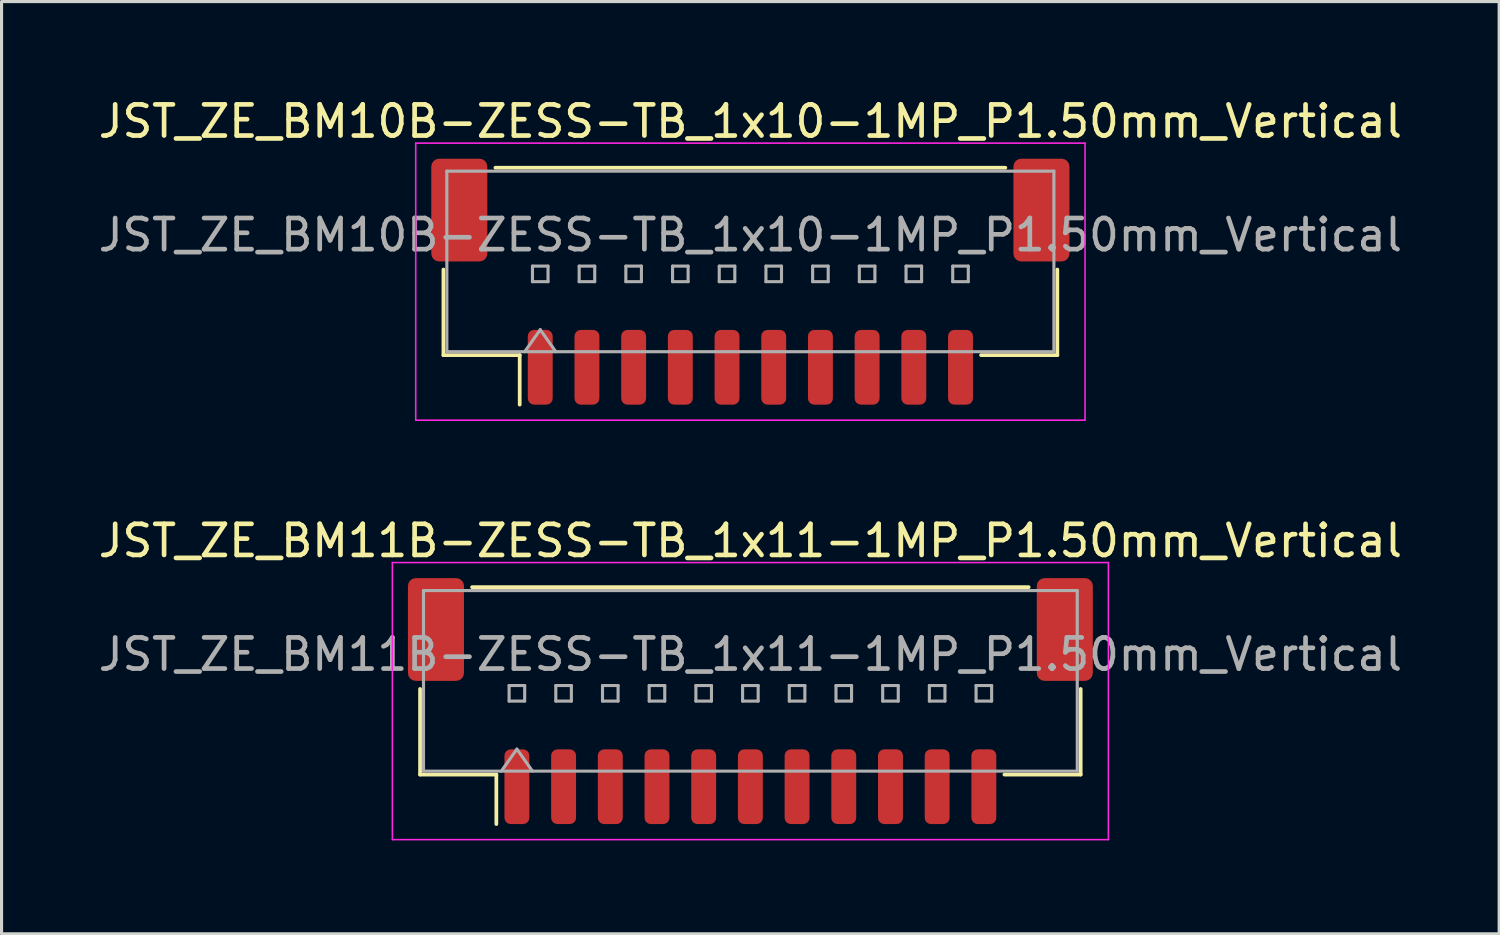
<source format=kicad_pcb>
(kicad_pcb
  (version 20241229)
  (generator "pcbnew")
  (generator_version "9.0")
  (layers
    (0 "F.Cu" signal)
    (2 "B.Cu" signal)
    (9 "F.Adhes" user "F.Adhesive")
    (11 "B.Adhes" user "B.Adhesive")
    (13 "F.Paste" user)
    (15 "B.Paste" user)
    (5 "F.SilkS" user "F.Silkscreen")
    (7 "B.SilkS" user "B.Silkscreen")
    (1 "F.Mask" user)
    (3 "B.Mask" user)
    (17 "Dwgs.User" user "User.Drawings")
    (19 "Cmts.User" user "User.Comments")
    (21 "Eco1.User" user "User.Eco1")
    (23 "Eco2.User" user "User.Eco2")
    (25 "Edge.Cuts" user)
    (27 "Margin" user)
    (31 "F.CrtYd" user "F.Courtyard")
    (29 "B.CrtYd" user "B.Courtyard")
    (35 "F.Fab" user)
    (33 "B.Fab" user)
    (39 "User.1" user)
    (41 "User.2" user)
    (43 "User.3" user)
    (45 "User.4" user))
  (footprint "JST_ZE_BM11B-ZESS-TB_1x11-1MP_P1.50mm_Vertical"
    (layer "F.Cu")
    (at 21.054 19.471)
    (property "Reference" "JST_ZE_BM11B-ZESS-TB_1x11-1MP_P1.50mm_Vertical" (at 0 -5.15 0) (layer "F.SilkS") (effects (font (size 1 1) (thickness 0.15))))
    (attr smd)
    (fp_line (start -10.61 -0.39) (end -10.61 2.36) (stroke (width 0.12) (type solid)) (layer "F.SilkS"))
    (fp_line (start -10.61 2.36) (end -8.16 2.36) (stroke (width 0.12) (type solid)) (layer "F.SilkS"))
    (fp_line (start -8.94 -3.66) (end 8.94 -3.66) (stroke (width 0.12) (type solid)) (layer "F.SilkS"))
    (fp_line (start -8.16 2.36) (end -8.16 3.95) (stroke (width 0.12) (type solid)) (layer "F.SilkS"))
    (fp_line (start 10.61 -0.39) (end 10.61 2.36) (stroke (width 0.12) (type solid)) (layer "F.SilkS"))
    (fp_line (start 10.61 2.36) (end 8.16 2.36) (stroke (width 0.12) (type solid)) (layer "F.SilkS"))
    (fp_line (start -11.5 -4.45) (end -11.5 4.45) (stroke (width 0.05) (type solid)) (layer "F.CrtYd"))
    (fp_line (start -11.5 4.45) (end 11.5 4.45) (stroke (width 0.05) (type solid)) (layer "F.CrtYd"))
    (fp_line (start 11.5 -4.45) (end -11.5 -4.45) (stroke (width 0.05) (type solid)) (layer "F.CrtYd"))
    (fp_line (start 11.5 4.45) (end 11.5 -4.45) (stroke (width 0.05) (type solid)) (layer "F.CrtYd"))
    (fp_line (start -10.5 -3.55) (end 10.5 -3.55) (stroke (width 0.1) (type solid)) (layer "F.Fab"))
    (fp_line (start -10.5 2.25) (end -10.5 -3.55) (stroke (width 0.1) (type solid)) (layer "F.Fab"))
    (fp_line (start -10.5 2.25) (end 10.5 2.25) (stroke (width 0.1) (type solid)) (layer "F.Fab"))
    (fp_line (start -8 2.25) (end -7.5 1.543) (stroke (width 0.1) (type solid)) (layer "F.Fab"))
    (fp_line (start -7.75 -0.5) (end -7.75 0) (stroke (width 0.1) (type solid)) (layer "F.Fab"))
    (fp_line (start -7.75 0) (end -7.25 0) (stroke (width 0.1) (type solid)) (layer "F.Fab"))
    (fp_line (start -7.5 1.543) (end -7 2.25) (stroke (width 0.1) (type solid)) (layer "F.Fab"))
    (fp_line (start -7.25 -0.5) (end -7.75 -0.5) (stroke (width 0.1) (type solid)) (layer "F.Fab"))
    (fp_line (start -7.25 0) (end -7.25 -0.5) (stroke (width 0.1) (type solid)) (layer "F.Fab"))
    (fp_line (start -6.25 -0.5) (end -6.25 0) (stroke (width 0.1) (type solid)) (layer "F.Fab"))
    (fp_line (start -6.25 0) (end -5.75 0) (stroke (width 0.1) (type solid)) (layer "F.Fab"))
    (fp_line (start -5.75 -0.5) (end -6.25 -0.5) (stroke (width 0.1) (type solid)) (layer "F.Fab"))
    (fp_line (start -5.75 0) (end -5.75 -0.5) (stroke (width 0.1) (type solid)) (layer "F.Fab"))
    (fp_line (start -4.75 -0.5) (end -4.75 0) (stroke (width 0.1) (type solid)) (layer "F.Fab"))
    (fp_line (start -4.75 0) (end -4.25 0) (stroke (width 0.1) (type solid)) (layer "F.Fab"))
    (fp_line (start -4.25 -0.5) (end -4.75 -0.5) (stroke (width 0.1) (type solid)) (layer "F.Fab"))
    (fp_line (start -4.25 0) (end -4.25 -0.5) (stroke (width 0.1) (type solid)) (layer "F.Fab"))
    (fp_line (start -3.25 -0.5) (end -3.25 0) (stroke (width 0.1) (type solid)) (layer "F.Fab"))
    (fp_line (start -3.25 0) (end -2.75 0) (stroke (width 0.1) (type solid)) (layer "F.Fab"))
    (fp_line (start -2.75 -0.5) (end -3.25 -0.5) (stroke (width 0.1) (type solid)) (layer "F.Fab"))
    (fp_line (start -2.75 0) (end -2.75 -0.5) (stroke (width 0.1) (type solid)) (layer "F.Fab"))
    (fp_line (start -1.75 -0.5) (end -1.75 0) (stroke (width 0.1) (type solid)) (layer "F.Fab"))
    (fp_line (start -1.75 0) (end -1.25 0) (stroke (width 0.1) (type solid)) (layer "F.Fab"))
    (fp_line (start -1.25 -0.5) (end -1.75 -0.5) (stroke (width 0.1) (type solid)) (layer "F.Fab"))
    (fp_line (start -1.25 0) (end -1.25 -0.5) (stroke (width 0.1) (type solid)) (layer "F.Fab"))
    (fp_line (start -0.25 -0.5) (end -0.25 0) (stroke (width 0.1) (type solid)) (layer "F.Fab"))
    (fp_line (start -0.25 0) (end 0.25 0) (stroke (width 0.1) (type solid)) (layer "F.Fab"))
    (fp_line (start 0.25 -0.5) (end -0.25 -0.5) (stroke (width 0.1) (type solid)) (layer "F.Fab"))
    (fp_line (start 0.25 0) (end 0.25 -0.5) (stroke (width 0.1) (type solid)) (layer "F.Fab"))
    (fp_line (start 1.25 -0.5) (end 1.25 0) (stroke (width 0.1) (type solid)) (layer "F.Fab"))
    (fp_line (start 1.25 0) (end 1.75 0) (stroke (width 0.1) (type solid)) (layer "F.Fab"))
    (fp_line (start 1.75 -0.5) (end 1.25 -0.5) (stroke (width 0.1) (type solid)) (layer "F.Fab"))
    (fp_line (start 1.75 0) (end 1.75 -0.5) (stroke (width 0.1) (type solid)) (layer "F.Fab"))
    (fp_line (start 2.75 -0.5) (end 2.75 0) (stroke (width 0.1) (type solid)) (layer "F.Fab"))
    (fp_line (start 2.75 0) (end 3.25 0) (stroke (width 0.1) (type solid)) (layer "F.Fab"))
    (fp_line (start 3.25 -0.5) (end 2.75 -0.5) (stroke (width 0.1) (type solid)) (layer "F.Fab"))
    (fp_line (start 3.25 0) (end 3.25 -0.5) (stroke (width 0.1) (type solid)) (layer "F.Fab"))
    (fp_line (start 4.25 -0.5) (end 4.25 0) (stroke (width 0.1) (type solid)) (layer "F.Fab"))
    (fp_line (start 4.25 0) (end 4.75 0) (stroke (width 0.1) (type solid)) (layer "F.Fab"))
    (fp_line (start 4.75 -0.5) (end 4.25 -0.5) (stroke (width 0.1) (type solid)) (layer "F.Fab"))
    (fp_line (start 4.75 0) (end 4.75 -0.5) (stroke (width 0.1) (type solid)) (layer "F.Fab"))
    (fp_line (start 5.75 -0.5) (end 5.75 0) (stroke (width 0.1) (type solid)) (layer "F.Fab"))
    (fp_line (start 5.75 0) (end 6.25 0) (stroke (width 0.1) (type solid)) (layer "F.Fab"))
    (fp_line (start 6.25 -0.5) (end 5.75 -0.5) (stroke (width 0.1) (type solid)) (layer "F.Fab"))
    (fp_line (start 6.25 0) (end 6.25 -0.5) (stroke (width 0.1) (type solid)) (layer "F.Fab"))
    (fp_line (start 7.25 -0.5) (end 7.25 0) (stroke (width 0.1) (type solid)) (layer "F.Fab"))
    (fp_line (start 7.25 0) (end 7.75 0) (stroke (width 0.1) (type solid)) (layer "F.Fab"))
    (fp_line (start 7.75 -0.5) (end 7.25 -0.5) (stroke (width 0.1) (type solid)) (layer "F.Fab"))
    (fp_line (start 7.75 0) (end 7.75 -0.5) (stroke (width 0.1) (type solid)) (layer "F.Fab"))
    (fp_line (start 10.5 2.25) (end 10.5 -3.55) (stroke (width 0.1) (type solid)) (layer "F.Fab"))
    (fp_text user "${REFERENCE}" (at 0 -1.5 0) (layer "F.Fab") (effects (font (size 1 1) (thickness 0.15))))
    (pad "1" smd roundrect (at -7.5 2.75) (size 0.8 2.4) (layers "F.Cu" "F.Mask" "F.Paste") (roundrect_rratio 0.25))
    (pad "2" smd roundrect (at -6 2.75) (size 0.8 2.4) (layers "F.Cu" "F.Mask" "F.Paste") (roundrect_rratio 0.25))
    (pad "3" smd roundrect (at -4.5 2.75) (size 0.8 2.4) (layers "F.Cu" "F.Mask" "F.Paste") (roundrect_rratio 0.25))
    (pad "4" smd roundrect (at -3 2.75) (size 0.8 2.4) (layers "F.Cu" "F.Mask" "F.Paste") (roundrect_rratio 0.25))
    (pad "5" smd roundrect (at -1.5 2.75) (size 0.8 2.4) (layers "F.Cu" "F.Mask" "F.Paste") (roundrect_rratio 0.25))
    (pad "6" smd roundrect (at 0 2.75) (size 0.8 2.4) (layers "F.Cu" "F.Mask" "F.Paste") (roundrect_rratio 0.25))
    (pad "7" smd roundrect (at 1.5 2.75) (size 0.8 2.4) (layers "F.Cu" "F.Mask" "F.Paste") (roundrect_rratio 0.25))
    (pad "8" smd roundrect (at 3 2.75) (size 0.8 2.4) (layers "F.Cu" "F.Mask" "F.Paste") (roundrect_rratio 0.25))
    (pad "9" smd roundrect (at 4.5 2.75) (size 0.8 2.4) (layers "F.Cu" "F.Mask" "F.Paste") (roundrect_rratio 0.25))
    (pad "10" smd roundrect (at 6 2.75) (size 0.8 2.4) (layers "F.Cu" "F.Mask" "F.Paste") (roundrect_rratio 0.25))
    (pad "11" smd roundrect (at 7.5 2.75) (size 0.8 2.4) (layers "F.Cu" "F.Mask" "F.Paste") (roundrect_rratio 0.25))
    (pad "MP" smd roundrect (at -10.1 -2.3) (size 1.8 3.3) (layers "F.Cu" "F.Mask" "F.Paste") (roundrect_rratio 0.139))
    (pad "MP" smd roundrect (at 10.1 -2.3) (size 1.8 3.3) (layers "F.Cu" "F.Mask" "F.Paste") (roundrect_rratio 0.139)))
  (footprint "JST_ZE_BM10B-ZESS-TB_1x10-1MP_P1.50mm_Vertical"
    (layer "F.Cu")
    (at 21.054 5.998)
    (property "Reference" "JST_ZE_BM10B-ZESS-TB_1x10-1MP_P1.50mm_Vertical" (at 0 -5.15 0) (layer "F.SilkS") (effects (font (size 1 1) (thickness 0.15))))
    (attr smd)
    (fp_line (start -9.86 -0.39) (end -9.86 2.36) (stroke (width 0.12) (type solid)) (layer "F.SilkS"))
    (fp_line (start -9.86 2.36) (end -7.41 2.36) (stroke (width 0.12) (type solid)) (layer "F.SilkS"))
    (fp_line (start -8.19 -3.66) (end 8.19 -3.66) (stroke (width 0.12) (type solid)) (layer "F.SilkS"))
    (fp_line (start -7.41 2.36) (end -7.41 3.95) (stroke (width 0.12) (type solid)) (layer "F.SilkS"))
    (fp_line (start 9.86 -0.39) (end 9.86 2.36) (stroke (width 0.12) (type solid)) (layer "F.SilkS"))
    (fp_line (start 9.86 2.36) (end 7.41 2.36) (stroke (width 0.12) (type solid)) (layer "F.SilkS"))
    (fp_line (start -10.75 -4.45) (end -10.75 4.45) (stroke (width 0.05) (type solid)) (layer "F.CrtYd"))
    (fp_line (start -10.75 4.45) (end 10.75 4.45) (stroke (width 0.05) (type solid)) (layer "F.CrtYd"))
    (fp_line (start 10.75 -4.45) (end -10.75 -4.45) (stroke (width 0.05) (type solid)) (layer "F.CrtYd"))
    (fp_line (start 10.75 4.45) (end 10.75 -4.45) (stroke (width 0.05) (type solid)) (layer "F.CrtYd"))
    (fp_line (start -9.75 -3.55) (end 9.75 -3.55) (stroke (width 0.1) (type solid)) (layer "F.Fab"))
    (fp_line (start -9.75 2.25) (end -9.75 -3.55) (stroke (width 0.1) (type solid)) (layer "F.Fab"))
    (fp_line (start -9.75 2.25) (end 9.75 2.25) (stroke (width 0.1) (type solid)) (layer "F.Fab"))
    (fp_line (start -7.25 2.25) (end -6.75 1.543) (stroke (width 0.1) (type solid)) (layer "F.Fab"))
    (fp_line (start -7 -0.5) (end -7 0) (stroke (width 0.1) (type solid)) (layer "F.Fab"))
    (fp_line (start -7 0) (end -6.5 0) (stroke (width 0.1) (type solid)) (layer "F.Fab"))
    (fp_line (start -6.75 1.543) (end -6.25 2.25) (stroke (width 0.1) (type solid)) (layer "F.Fab"))
    (fp_line (start -6.5 -0.5) (end -7 -0.5) (stroke (width 0.1) (type solid)) (layer "F.Fab"))
    (fp_line (start -6.5 0) (end -6.5 -0.5) (stroke (width 0.1) (type solid)) (layer "F.Fab"))
    (fp_line (start -5.5 -0.5) (end -5.5 0) (stroke (width 0.1) (type solid)) (layer "F.Fab"))
    (fp_line (start -5.5 0) (end -5 0) (stroke (width 0.1) (type solid)) (layer "F.Fab"))
    (fp_line (start -5 -0.5) (end -5.5 -0.5) (stroke (width 0.1) (type solid)) (layer "F.Fab"))
    (fp_line (start -5 0) (end -5 -0.5) (stroke (width 0.1) (type solid)) (layer "F.Fab"))
    (fp_line (start -4 -0.5) (end -4 0) (stroke (width 0.1) (type solid)) (layer "F.Fab"))
    (fp_line (start -4 0) (end -3.5 0) (stroke (width 0.1) (type solid)) (layer "F.Fab"))
    (fp_line (start -3.5 -0.5) (end -4 -0.5) (stroke (width 0.1) (type solid)) (layer "F.Fab"))
    (fp_line (start -3.5 0) (end -3.5 -0.5) (stroke (width 0.1) (type solid)) (layer "F.Fab"))
    (fp_line (start -2.5 -0.5) (end -2.5 0) (stroke (width 0.1) (type solid)) (layer "F.Fab"))
    (fp_line (start -2.5 0) (end -2 0) (stroke (width 0.1) (type solid)) (layer "F.Fab"))
    (fp_line (start -2 -0.5) (end -2.5 -0.5) (stroke (width 0.1) (type solid)) (layer "F.Fab"))
    (fp_line (start -2 0) (end -2 -0.5) (stroke (width 0.1) (type solid)) (layer "F.Fab"))
    (fp_line (start -1 -0.5) (end -1 0) (stroke (width 0.1) (type solid)) (layer "F.Fab"))
    (fp_line (start -1 0) (end -0.5 0) (stroke (width 0.1) (type solid)) (layer "F.Fab"))
    (fp_line (start -0.5 -0.5) (end -1 -0.5) (stroke (width 0.1) (type solid)) (layer "F.Fab"))
    (fp_line (start -0.5 0) (end -0.5 -0.5) (stroke (width 0.1) (type solid)) (layer "F.Fab"))
    (fp_line (start 0.5 -0.5) (end 0.5 0) (stroke (width 0.1) (type solid)) (layer "F.Fab"))
    (fp_line (start 0.5 0) (end 1 0) (stroke (width 0.1) (type solid)) (layer "F.Fab"))
    (fp_line (start 1 -0.5) (end 0.5 -0.5) (stroke (width 0.1) (type solid)) (layer "F.Fab"))
    (fp_line (start 1 0) (end 1 -0.5) (stroke (width 0.1) (type solid)) (layer "F.Fab"))
    (fp_line (start 2 -0.5) (end 2 0) (stroke (width 0.1) (type solid)) (layer "F.Fab"))
    (fp_line (start 2 0) (end 2.5 0) (stroke (width 0.1) (type solid)) (layer "F.Fab"))
    (fp_line (start 2.5 -0.5) (end 2 -0.5) (stroke (width 0.1) (type solid)) (layer "F.Fab"))
    (fp_line (start 2.5 0) (end 2.5 -0.5) (stroke (width 0.1) (type solid)) (layer "F.Fab"))
    (fp_line (start 3.5 -0.5) (end 3.5 0) (stroke (width 0.1) (type solid)) (layer "F.Fab"))
    (fp_line (start 3.5 0) (end 4 0) (stroke (width 0.1) (type solid)) (layer "F.Fab"))
    (fp_line (start 4 -0.5) (end 3.5 -0.5) (stroke (width 0.1) (type solid)) (layer "F.Fab"))
    (fp_line (start 4 0) (end 4 -0.5) (stroke (width 0.1) (type solid)) (layer "F.Fab"))
    (fp_line (start 5 -0.5) (end 5 0) (stroke (width 0.1) (type solid)) (layer "F.Fab"))
    (fp_line (start 5 0) (end 5.5 0) (stroke (width 0.1) (type solid)) (layer "F.Fab"))
    (fp_line (start 5.5 -0.5) (end 5 -0.5) (stroke (width 0.1) (type solid)) (layer "F.Fab"))
    (fp_line (start 5.5 0) (end 5.5 -0.5) (stroke (width 0.1) (type solid)) (layer "F.Fab"))
    (fp_line (start 6.5 -0.5) (end 6.5 0) (stroke (width 0.1) (type solid)) (layer "F.Fab"))
    (fp_line (start 6.5 0) (end 7 0) (stroke (width 0.1) (type solid)) (layer "F.Fab"))
    (fp_line (start 7 -0.5) (end 6.5 -0.5) (stroke (width 0.1) (type solid)) (layer "F.Fab"))
    (fp_line (start 7 0) (end 7 -0.5) (stroke (width 0.1) (type solid)) (layer "F.Fab"))
    (fp_line (start 9.75 2.25) (end 9.75 -3.55) (stroke (width 0.1) (type solid)) (layer "F.Fab"))
    (fp_text user "${REFERENCE}" (at 0 -1.5 0) (layer "F.Fab") (effects (font (size 1 1) (thickness 0.15))))
    (pad "1" smd roundrect (at -6.75 2.75) (size 0.8 2.4) (layers "F.Cu" "F.Mask" "F.Paste") (roundrect_rratio 0.25))
    (pad "2" smd roundrect (at -5.25 2.75) (size 0.8 2.4) (layers "F.Cu" "F.Mask" "F.Paste") (roundrect_rratio 0.25))
    (pad "3" smd roundrect (at -3.75 2.75) (size 0.8 2.4) (layers "F.Cu" "F.Mask" "F.Paste") (roundrect_rratio 0.25))
    (pad "4" smd roundrect (at -2.25 2.75) (size 0.8 2.4) (layers "F.Cu" "F.Mask" "F.Paste") (roundrect_rratio 0.25))
    (pad "5" smd roundrect (at -0.75 2.75) (size 0.8 2.4) (layers "F.Cu" "F.Mask" "F.Paste") (roundrect_rratio 0.25))
    (pad "6" smd roundrect (at 0.75 2.75) (size 0.8 2.4) (layers "F.Cu" "F.Mask" "F.Paste") (roundrect_rratio 0.25))
    (pad "7" smd roundrect (at 2.25 2.75) (size 0.8 2.4) (layers "F.Cu" "F.Mask" "F.Paste") (roundrect_rratio 0.25))
    (pad "8" smd roundrect (at 3.75 2.75) (size 0.8 2.4) (layers "F.Cu" "F.Mask" "F.Paste") (roundrect_rratio 0.25))
    (pad "9" smd roundrect (at 5.25 2.75) (size 0.8 2.4) (layers "F.Cu" "F.Mask" "F.Paste") (roundrect_rratio 0.25))
    (pad "10" smd roundrect (at 6.75 2.75) (size 0.8 2.4) (layers "F.Cu" "F.Mask" "F.Paste") (roundrect_rratio 0.25))
    (pad "MP" smd roundrect (at -9.35 -2.3) (size 1.8 3.3) (layers "F.Cu" "F.Mask" "F.Paste") (roundrect_rratio 0.139))
    (pad "MP" smd roundrect (at 9.35 -2.3) (size 1.8 3.3) (layers "F.Cu" "F.Mask" "F.Paste") (roundrect_rratio 0.139)))
  (gr_rect
    (start -3 -3)
    (end 45.107 26.947)
    (stroke (width 0.1) (type default))
    (fill no)
    (layer "Edge.Cuts")))
</source>
